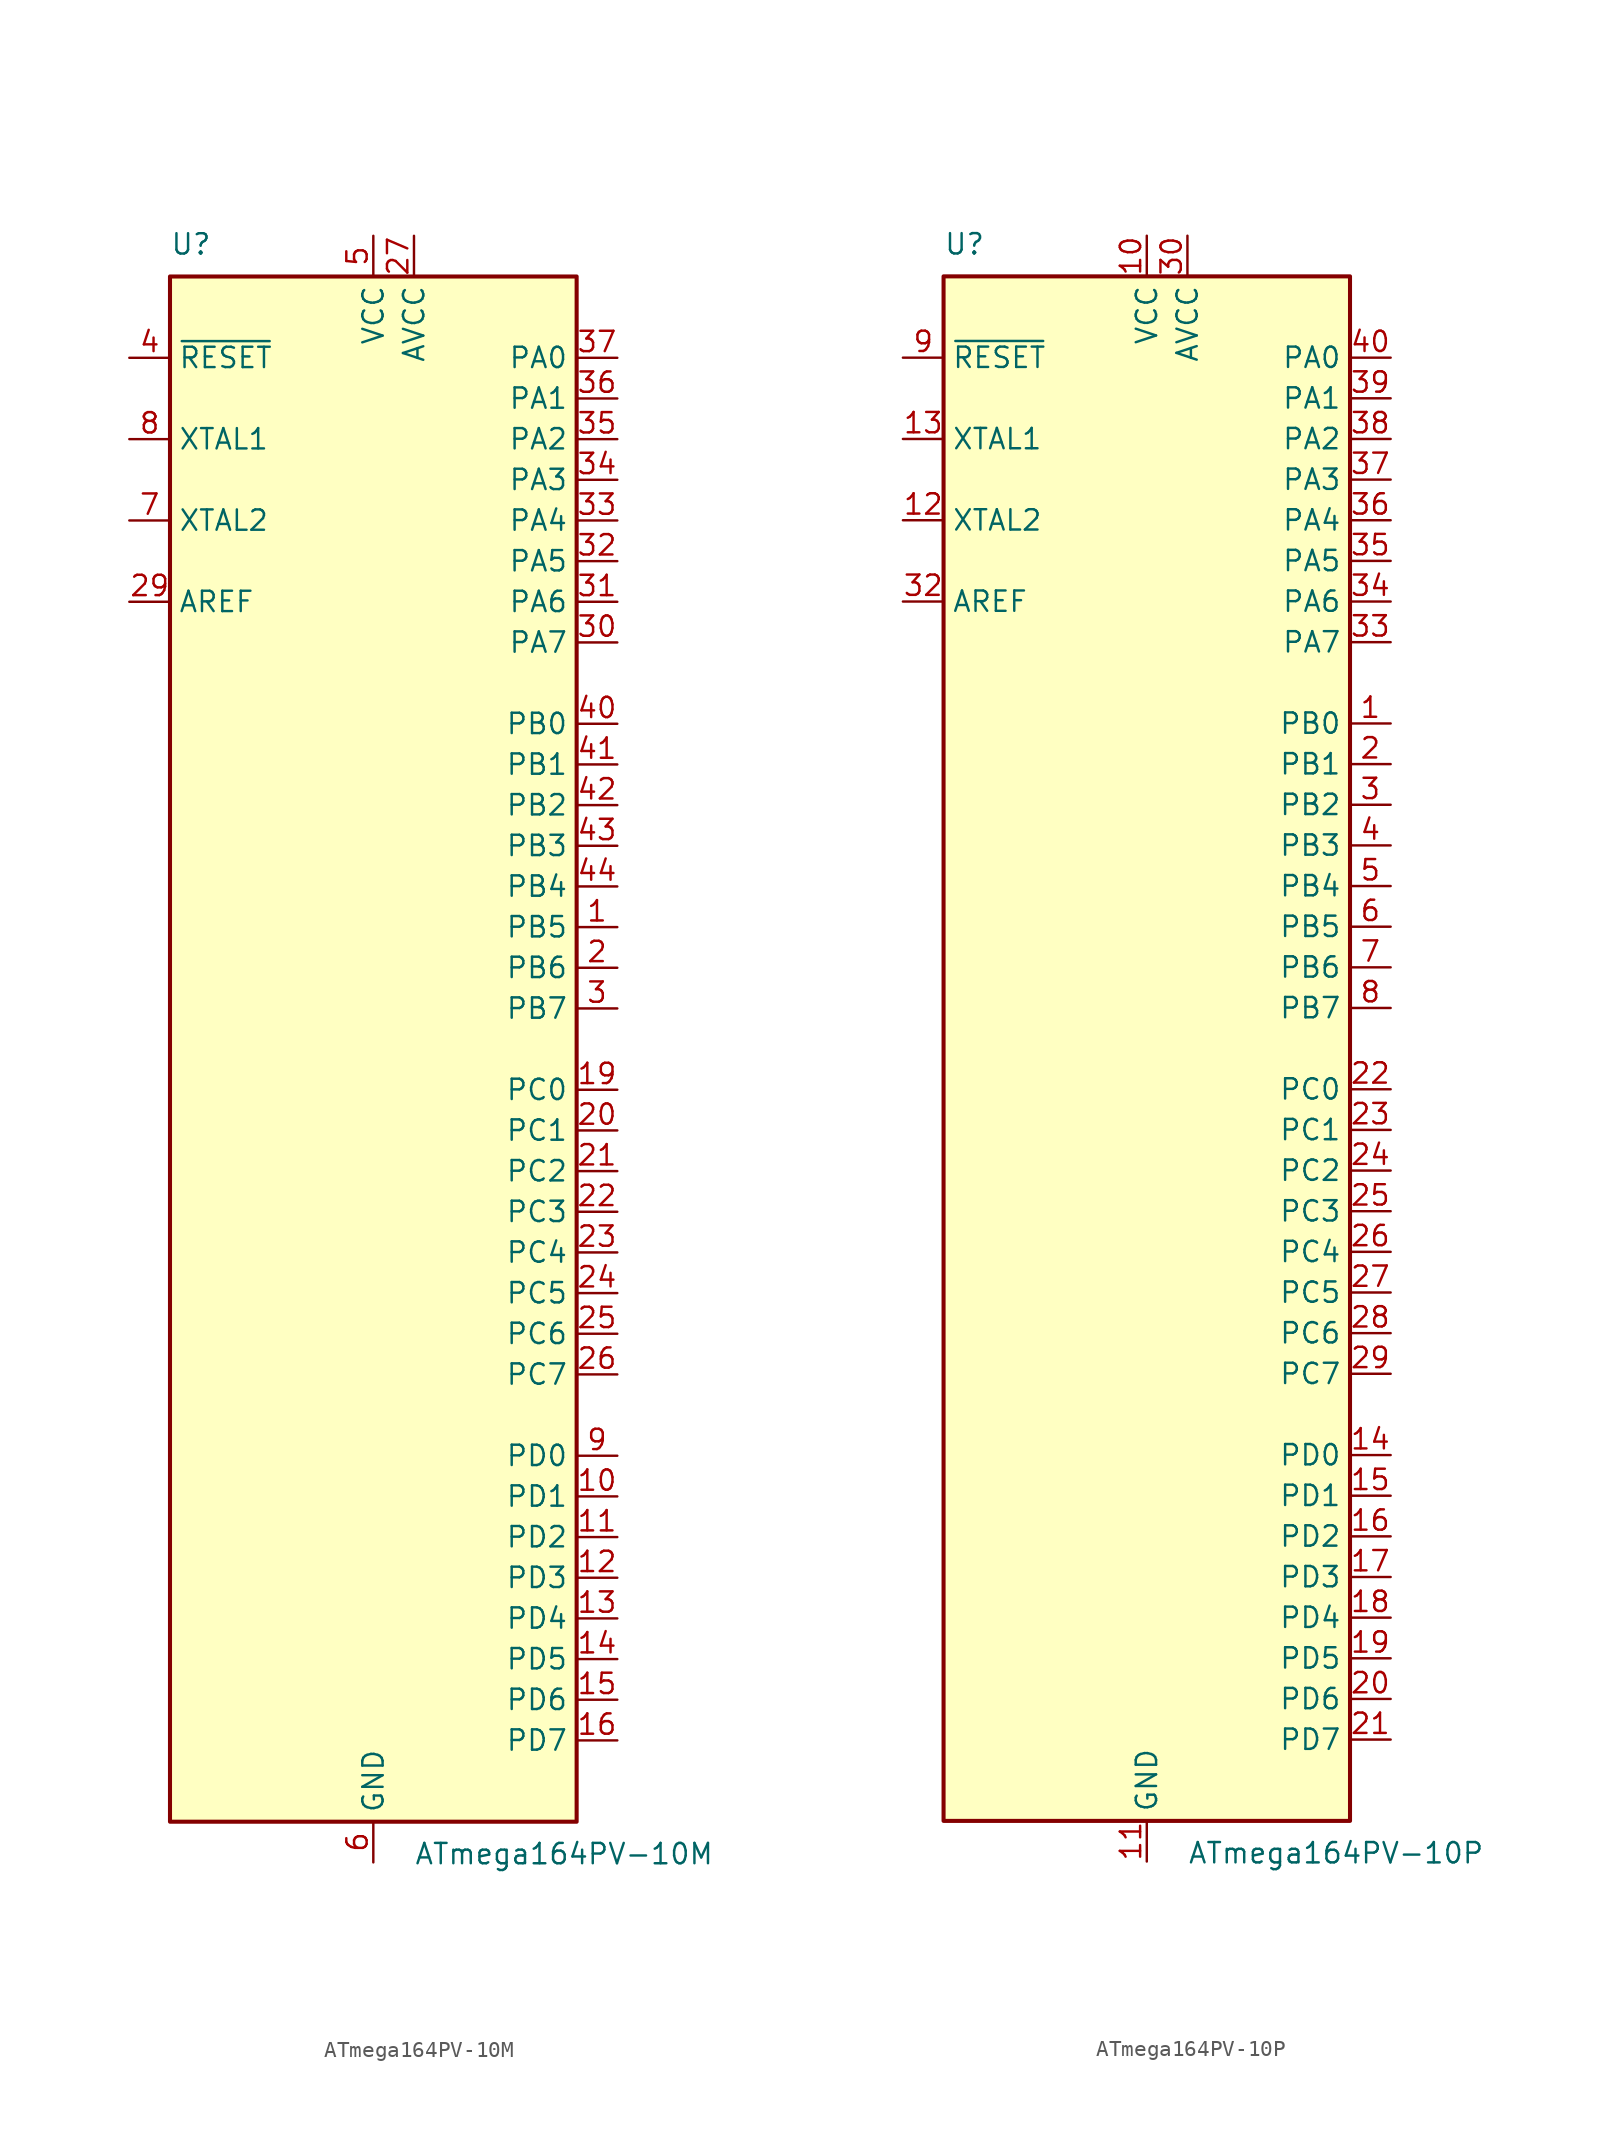
<source format=kicad_sym>
(kicad_symbol_lib
  (version 20231120)
  (generator "kicad_symbol_editor")
  (generator_version "8.0")
  (symbol "ATmega164PV-10M"
    (property "Reference" "U"
      (at -12.7 49.53 0)
      (effects (font (size 1.27 1.27)) (justify left bottom)))
    (property "Value" "ATmega164PV-10M"
      (at 2.54 -49.53 0)
      (effects (font (size 1.27 1.27)) (justify left top)))
    (symbol "ATmega164PV-10M_0_1"
      (rectangle (start -12.7 -48.26) (end 12.7 48.26) (stroke (width 0.254) (type default)) (fill (type background))))
    (symbol "ATmega164PV-10M_1_1"
      (pin bidirectional line (at 15.24 7.62 180) (length 2.54) (name "PB5" (effects (font (size 1.27 1.27)))) (number "1" (effects (font (size 1.27 1.27)))))
      (pin bidirectional line (at 15.24 -27.94 180) (length 2.54) (name "PD1" (effects (font (size 1.27 1.27)))) (number "10" (effects (font (size 1.27 1.27)))))
      (pin bidirectional line (at 15.24 -30.48 180) (length 2.54) (name "PD2" (effects (font (size 1.27 1.27)))) (number "11" (effects (font (size 1.27 1.27)))))
      (pin bidirectional line (at 15.24 -33.02 180) (length 2.54) (name "PD3" (effects (font (size 1.27 1.27)))) (number "12" (effects (font (size 1.27 1.27)))))
      (pin bidirectional line (at 15.24 -35.56 180) (length 2.54) (name "PD4" (effects (font (size 1.27 1.27)))) (number "13" (effects (font (size 1.27 1.27)))))
      (pin bidirectional line (at 15.24 -38.1 180) (length 2.54) (name "PD5" (effects (font (size 1.27 1.27)))) (number "14" (effects (font (size 1.27 1.27)))))
      (pin bidirectional line (at 15.24 -40.64 180) (length 2.54) (name "PD6" (effects (font (size 1.27 1.27)))) (number "15" (effects (font (size 1.27 1.27)))))
      (pin bidirectional line (at 15.24 -43.18 180) (length 2.54) (name "PD7" (effects (font (size 1.27 1.27)))) (number "16" (effects (font (size 1.27 1.27)))))
      (pin passive line (at 0 50.8 270) (length 2.54) hide (name "VCC" (effects (font (size 1.27 1.27)))) (number "17" (effects (font (size 1.27 1.27)))))
      (pin passive line (at 0 -50.8 90) (length 2.54) hide (name "GND" (effects (font (size 1.27 1.27)))) (number "18" (effects (font (size 1.27 1.27)))))
      (pin bidirectional line (at 15.24 -2.54 180) (length 2.54) (name "PC0" (effects (font (size 1.27 1.27)))) (number "19" (effects (font (size 1.27 1.27)))))
      (pin bidirectional line (at 15.24 5.08 180) (length 2.54) (name "PB6" (effects (font (size 1.27 1.27)))) (number "2" (effects (font (size 1.27 1.27)))))
      (pin bidirectional line (at 15.24 -5.08 180) (length 2.54) (name "PC1" (effects (font (size 1.27 1.27)))) (number "20" (effects (font (size 1.27 1.27)))))
      (pin bidirectional line (at 15.24 -7.62 180) (length 2.54) (name "PC2" (effects (font (size 1.27 1.27)))) (number "21" (effects (font (size 1.27 1.27)))))
      (pin bidirectional line (at 15.24 -10.16 180) (length 2.54) (name "PC3" (effects (font (size 1.27 1.27)))) (number "22" (effects (font (size 1.27 1.27)))))
      (pin bidirectional line (at 15.24 -12.7 180) (length 2.54) (name "PC4" (effects (font (size 1.27 1.27)))) (number "23" (effects (font (size 1.27 1.27)))))
      (pin bidirectional line (at 15.24 -15.24 180) (length 2.54) (name "PC5" (effects (font (size 1.27 1.27)))) (number "24" (effects (font (size 1.27 1.27)))))
      (pin bidirectional line (at 15.24 -17.78 180) (length 2.54) (name "PC6" (effects (font (size 1.27 1.27)))) (number "25" (effects (font (size 1.27 1.27)))))
      (pin bidirectional line (at 15.24 -20.32 180) (length 2.54) (name "PC7" (effects (font (size 1.27 1.27)))) (number "26" (effects (font (size 1.27 1.27)))))
      (pin power_in line (at 2.54 50.8 270) (length 2.54) (name "AVCC" (effects (font (size 1.27 1.27)))) (number "27" (effects (font (size 1.27 1.27)))))
      (pin passive line (at 0 -50.8 90) (length 2.54) hide (name "GND" (effects (font (size 1.27 1.27)))) (number "28" (effects (font (size 1.27 1.27)))))
      (pin passive line (at -15.24 27.94 0) (length 2.54) (name "AREF" (effects (font (size 1.27 1.27)))) (number "29" (effects (font (size 1.27 1.27)))))
      (pin bidirectional line (at 15.24 2.54 180) (length 2.54) (name "PB7" (effects (font (size 1.27 1.27)))) (number "3" (effects (font (size 1.27 1.27)))))
      (pin bidirectional line (at 15.24 25.4 180) (length 2.54) (name "PA7" (effects (font (size 1.27 1.27)))) (number "30" (effects (font (size 1.27 1.27)))))
      (pin bidirectional line (at 15.24 27.94 180) (length 2.54) (name "PA6" (effects (font (size 1.27 1.27)))) (number "31" (effects (font (size 1.27 1.27)))))
      (pin bidirectional line (at 15.24 30.48 180) (length 2.54) (name "PA5" (effects (font (size 1.27 1.27)))) (number "32" (effects (font (size 1.27 1.27)))))
      (pin bidirectional line (at 15.24 33.02 180) (length 2.54) (name "PA4" (effects (font (size 1.27 1.27)))) (number "33" (effects (font (size 1.27 1.27)))))
      (pin bidirectional line (at 15.24 35.56 180) (length 2.54) (name "PA3" (effects (font (size 1.27 1.27)))) (number "34" (effects (font (size 1.27 1.27)))))
      (pin bidirectional line (at 15.24 38.1 180) (length 2.54) (name "PA2" (effects (font (size 1.27 1.27)))) (number "35" (effects (font (size 1.27 1.27)))))
      (pin bidirectional line (at 15.24 40.64 180) (length 2.54) (name "PA1" (effects (font (size 1.27 1.27)))) (number "36" (effects (font (size 1.27 1.27)))))
      (pin bidirectional line (at 15.24 43.18 180) (length 2.54) (name "PA0" (effects (font (size 1.27 1.27)))) (number "37" (effects (font (size 1.27 1.27)))))
      (pin passive line (at 0 50.8 270) (length 2.54) hide (name "VCC" (effects (font (size 1.27 1.27)))) (number "38" (effects (font (size 1.27 1.27)))))
      (pin passive line (at 0 -50.8 90) (length 2.54) hide (name "GND" (effects (font (size 1.27 1.27)))) (number "39" (effects (font (size 1.27 1.27)))))
      (pin input line (at -15.24 43.18 0) (length 2.54) (name "~{RESET}" (effects (font (size 1.27 1.27)))) (number "4" (effects (font (size 1.27 1.27)))))
      (pin bidirectional line (at 15.24 20.32 180) (length 2.54) (name "PB0" (effects (font (size 1.27 1.27)))) (number "40" (effects (font (size 1.27 1.27)))))
      (pin bidirectional line (at 15.24 17.78 180) (length 2.54) (name "PB1" (effects (font (size 1.27 1.27)))) (number "41" (effects (font (size 1.27 1.27)))))
      (pin bidirectional line (at 15.24 15.24 180) (length 2.54) (name "PB2" (effects (font (size 1.27 1.27)))) (number "42" (effects (font (size 1.27 1.27)))))
      (pin bidirectional line (at 15.24 12.7 180) (length 2.54) (name "PB3" (effects (font (size 1.27 1.27)))) (number "43" (effects (font (size 1.27 1.27)))))
      (pin bidirectional line (at 15.24 10.16 180) (length 2.54) (name "PB4" (effects (font (size 1.27 1.27)))) (number "44" (effects (font (size 1.27 1.27)))))
      (pin passive line (at 0 -50.8 90) (length 2.54) hide (name "GND" (effects (font (size 1.27 1.27)))) (number "45" (effects (font (size 1.27 1.27)))))
      (pin power_in line (at 0 50.8 270) (length 2.54) (name "VCC" (effects (font (size 1.27 1.27)))) (number "5" (effects (font (size 1.27 1.27)))))
      (pin power_in line (at 0 -50.8 90) (length 2.54) (name "GND" (effects (font (size 1.27 1.27)))) (number "6" (effects (font (size 1.27 1.27)))))
      (pin output line (at -15.24 33.02 0) (length 2.54) (name "XTAL2" (effects (font (size 1.27 1.27)))) (number "7" (effects (font (size 1.27 1.27)))))
      (pin input line (at -15.24 38.1 0) (length 2.54) (name "XTAL1" (effects (font (size 1.27 1.27)))) (number "8" (effects (font (size 1.27 1.27)))))
      (pin bidirectional line (at 15.24 -25.4 180) (length 2.54) (name "PD0" (effects (font (size 1.27 1.27)))) (number "9" (effects (font (size 1.27 1.27)))))))
  (symbol "ATmega164PV-10P"
    (property "Reference" "U"
      (at -12.7 49.53 0)
      (effects (font (size 1.27 1.27)) (justify left bottom)))
    (property "Value" "ATmega164PV-10P"
      (at 2.54 -49.53 0)
      (effects (font (size 1.27 1.27)) (justify left top)))
    (symbol "ATmega164PV-10P_0_1"
      (rectangle (start -12.7 -48.26) (end 12.7 48.26) (stroke (width 0.254) (type default)) (fill (type background))))
    (symbol "ATmega164PV-10P_1_1"
      (pin bidirectional line (at 15.24 20.32 180) (length 2.54) (name "PB0" (effects (font (size 1.27 1.27)))) (number "1" (effects (font (size 1.27 1.27)))))
      (pin power_in line (at 0 50.8 270) (length 2.54) (name "VCC" (effects (font (size 1.27 1.27)))) (number "10" (effects (font (size 1.27 1.27)))))
      (pin power_in line (at 0 -50.8 90) (length 2.54) (name "GND" (effects (font (size 1.27 1.27)))) (number "11" (effects (font (size 1.27 1.27)))))
      (pin output line (at -15.24 33.02 0) (length 2.54) (name "XTAL2" (effects (font (size 1.27 1.27)))) (number "12" (effects (font (size 1.27 1.27)))))
      (pin input line (at -15.24 38.1 0) (length 2.54) (name "XTAL1" (effects (font (size 1.27 1.27)))) (number "13" (effects (font (size 1.27 1.27)))))
      (pin bidirectional line (at 15.24 -25.4 180) (length 2.54) (name "PD0" (effects (font (size 1.27 1.27)))) (number "14" (effects (font (size 1.27 1.27)))))
      (pin bidirectional line (at 15.24 -27.94 180) (length 2.54) (name "PD1" (effects (font (size 1.27 1.27)))) (number "15" (effects (font (size 1.27 1.27)))))
      (pin bidirectional line (at 15.24 -30.48 180) (length 2.54) (name "PD2" (effects (font (size 1.27 1.27)))) (number "16" (effects (font (size 1.27 1.27)))))
      (pin bidirectional line (at 15.24 -33.02 180) (length 2.54) (name "PD3" (effects (font (size 1.27 1.27)))) (number "17" (effects (font (size 1.27 1.27)))))
      (pin bidirectional line (at 15.24 -35.56 180) (length 2.54) (name "PD4" (effects (font (size 1.27 1.27)))) (number "18" (effects (font (size 1.27 1.27)))))
      (pin bidirectional line (at 15.24 -38.1 180) (length 2.54) (name "PD5" (effects (font (size 1.27 1.27)))) (number "19" (effects (font (size 1.27 1.27)))))
      (pin bidirectional line (at 15.24 17.78 180) (length 2.54) (name "PB1" (effects (font (size 1.27 1.27)))) (number "2" (effects (font (size 1.27 1.27)))))
      (pin bidirectional line (at 15.24 -40.64 180) (length 2.54) (name "PD6" (effects (font (size 1.27 1.27)))) (number "20" (effects (font (size 1.27 1.27)))))
      (pin bidirectional line (at 15.24 -43.18 180) (length 2.54) (name "PD7" (effects (font (size 1.27 1.27)))) (number "21" (effects (font (size 1.27 1.27)))))
      (pin bidirectional line (at 15.24 -2.54 180) (length 2.54) (name "PC0" (effects (font (size 1.27 1.27)))) (number "22" (effects (font (size 1.27 1.27)))))
      (pin bidirectional line (at 15.24 -5.08 180) (length 2.54) (name "PC1" (effects (font (size 1.27 1.27)))) (number "23" (effects (font (size 1.27 1.27)))))
      (pin bidirectional line (at 15.24 -7.62 180) (length 2.54) (name "PC2" (effects (font (size 1.27 1.27)))) (number "24" (effects (font (size 1.27 1.27)))))
      (pin bidirectional line (at 15.24 -10.16 180) (length 2.54) (name "PC3" (effects (font (size 1.27 1.27)))) (number "25" (effects (font (size 1.27 1.27)))))
      (pin bidirectional line (at 15.24 -12.7 180) (length 2.54) (name "PC4" (effects (font (size 1.27 1.27)))) (number "26" (effects (font (size 1.27 1.27)))))
      (pin bidirectional line (at 15.24 -15.24 180) (length 2.54) (name "PC5" (effects (font (size 1.27 1.27)))) (number "27" (effects (font (size 1.27 1.27)))))
      (pin bidirectional line (at 15.24 -17.78 180) (length 2.54) (name "PC6" (effects (font (size 1.27 1.27)))) (number "28" (effects (font (size 1.27 1.27)))))
      (pin bidirectional line (at 15.24 -20.32 180) (length 2.54) (name "PC7" (effects (font (size 1.27 1.27)))) (number "29" (effects (font (size 1.27 1.27)))))
      (pin bidirectional line (at 15.24 15.24 180) (length 2.54) (name "PB2" (effects (font (size 1.27 1.27)))) (number "3" (effects (font (size 1.27 1.27)))))
      (pin power_in line (at 2.54 50.8 270) (length 2.54) (name "AVCC" (effects (font (size 1.27 1.27)))) (number "30" (effects (font (size 1.27 1.27)))))
      (pin passive line (at 0 -50.8 90) (length 2.54) hide (name "GND" (effects (font (size 1.27 1.27)))) (number "31" (effects (font (size 1.27 1.27)))))
      (pin passive line (at -15.24 27.94 0) (length 2.54) (name "AREF" (effects (font (size 1.27 1.27)))) (number "32" (effects (font (size 1.27 1.27)))))
      (pin bidirectional line (at 15.24 25.4 180) (length 2.54) (name "PA7" (effects (font (size 1.27 1.27)))) (number "33" (effects (font (size 1.27 1.27)))))
      (pin bidirectional line (at 15.24 27.94 180) (length 2.54) (name "PA6" (effects (font (size 1.27 1.27)))) (number "34" (effects (font (size 1.27 1.27)))))
      (pin bidirectional line (at 15.24 30.48 180) (length 2.54) (name "PA5" (effects (font (size 1.27 1.27)))) (number "35" (effects (font (size 1.27 1.27)))))
      (pin bidirectional line (at 15.24 33.02 180) (length 2.54) (name "PA4" (effects (font (size 1.27 1.27)))) (number "36" (effects (font (size 1.27 1.27)))))
      (pin bidirectional line (at 15.24 35.56 180) (length 2.54) (name "PA3" (effects (font (size 1.27 1.27)))) (number "37" (effects (font (size 1.27 1.27)))))
      (pin bidirectional line (at 15.24 38.1 180) (length 2.54) (name "PA2" (effects (font (size 1.27 1.27)))) (number "38" (effects (font (size 1.27 1.27)))))
      (pin bidirectional line (at 15.24 40.64 180) (length 2.54) (name "PA1" (effects (font (size 1.27 1.27)))) (number "39" (effects (font (size 1.27 1.27)))))
      (pin bidirectional line (at 15.24 12.7 180) (length 2.54) (name "PB3" (effects (font (size 1.27 1.27)))) (number "4" (effects (font (size 1.27 1.27)))))
      (pin bidirectional line (at 15.24 43.18 180) (length 2.54) (name "PA0" (effects (font (size 1.27 1.27)))) (number "40" (effects (font (size 1.27 1.27)))))
      (pin bidirectional line (at 15.24 10.16 180) (length 2.54) (name "PB4" (effects (font (size 1.27 1.27)))) (number "5" (effects (font (size 1.27 1.27)))))
      (pin bidirectional line (at 15.24 7.62 180) (length 2.54) (name "PB5" (effects (font (size 1.27 1.27)))) (number "6" (effects (font (size 1.27 1.27)))))
      (pin bidirectional line (at 15.24 5.08 180) (length 2.54) (name "PB6" (effects (font (size 1.27 1.27)))) (number "7" (effects (font (size 1.27 1.27)))))
      (pin bidirectional line (at 15.24 2.54 180) (length 2.54) (name "PB7" (effects (font (size 1.27 1.27)))) (number "8" (effects (font (size 1.27 1.27)))))
      (pin input line (at -15.24 43.18 0) (length 2.54) (name "~{RESET}" (effects (font (size 1.27 1.27)))) (number "9" (effects (font (size 1.27 1.27))))))))
</source>
